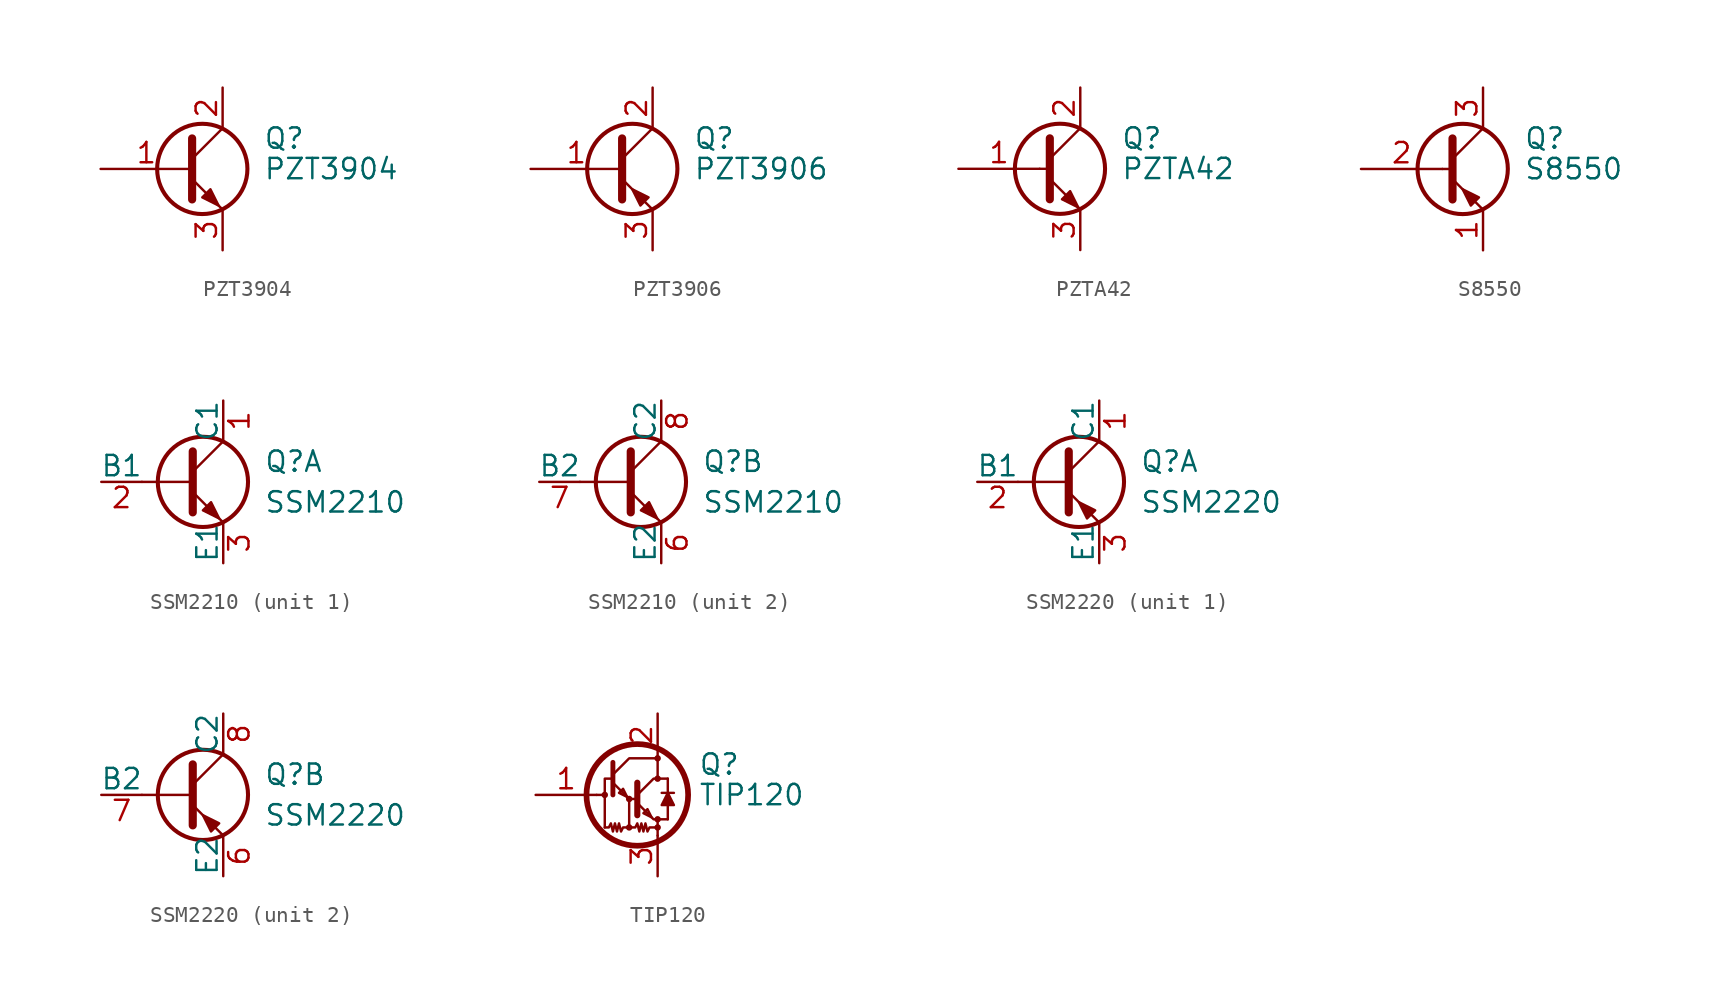
<source format=kicad_sym>
(kicad_symbol_lib
  (version 20211014)
  (generator kicad_symbol_editor)
  (symbol "PZT3904"
    (pin_names
      (offset 0) hide)
    (property "Reference" "Q"
      (at 5.08 1.905 0)
      (effects (font (size 1.27 1.27)) (justify left)))
    (property "Value" "PZT3904"
      (at 5.08 0 0)
      (effects (font (size 1.27 1.27)) (justify left)))
    (symbol "PZT3904_0_1"
      (polyline (pts (xy 0.635 0.635) (xy 2.54 2.54)) (stroke (width 0) (type default) (color 0 0 0 0)) (fill (type none)))
      (polyline (pts (xy 0.635 -0.635) (xy 2.54 -2.54) (xy 2.54 -2.54)) (stroke (width 0) (type default) (color 0 0 0 0)) (fill (type none)))
      (polyline (pts (xy 0.635 1.905) (xy 0.635 -1.905) (xy 0.635 -1.905)) (stroke (width 0.508) (type default) (color 0 0 0 0)) (fill (type none)))
      (polyline (pts (xy 1.27 -1.778) (xy 1.778 -1.27) (xy 2.286 -2.286) (xy 1.27 -1.778) (xy 1.27 -1.778)) (stroke (width 0) (type default) (color 0 0 0 0)) (fill (type outline)))
      (circle (center 1.27 0) (radius 2.819) (stroke (width 0.254) (type default) (color 0 0 0 0)) (fill (type none))))
    (symbol "PZT3904_1_1"
      (pin input line (at -5.08 0 0) (length 5.715) (name "B" (effects (font (size 1.27 1.27)))) (number "1" (effects (font (size 1.27 1.27)))))
      (pin passive line (at 2.54 5.08 270) (length 2.54) (name "C" (effects (font (size 1.27 1.27)))) (number "2" (effects (font (size 1.27 1.27)))))
      (pin passive line (at 2.54 -5.08 90) (length 2.54) (name "E" (effects (font (size 1.27 1.27)))) (number "3" (effects (font (size 1.27 1.27)))))
      (pin passive line (at 2.54 5.08 270) (length 2.54) hide (name "C" (effects (font (size 1.27 1.27)))) (number "4" (effects (font (size 1.27 1.27)))))))
  (symbol "PZT3906"
    (pin_names
      (offset 0) hide)
    (property "Reference" "Q"
      (at 5.08 1.905 0)
      (effects (font (size 1.27 1.27)) (justify left)))
    (property "Value" "PZT3906"
      (at 5.08 0 0)
      (effects (font (size 1.27 1.27)) (justify left)))
    (symbol "PZT3906_0_1"
      (polyline (pts (xy 0.635 0.635) (xy 2.54 2.54)) (stroke (width 0) (type default) (color 0 0 0 0)) (fill (type none)))
      (polyline (pts (xy 0.635 -0.635) (xy 2.54 -2.54) (xy 2.54 -2.54)) (stroke (width 0) (type default) (color 0 0 0 0)) (fill (type none)))
      (polyline (pts (xy 0.635 1.905) (xy 0.635 -1.905) (xy 0.635 -1.905)) (stroke (width 0.508) (type default) (color 0 0 0 0)) (fill (type none)))
      (polyline (pts (xy 2.286 -1.778) (xy 1.778 -2.286) (xy 1.27 -1.27) (xy 2.286 -1.778) (xy 2.286 -1.778)) (stroke (width 0) (type default) (color 0 0 0 0)) (fill (type outline)))
      (circle (center 1.27 0) (radius 2.819) (stroke (width 0.254) (type default) (color 0 0 0 0)) (fill (type none))))
    (symbol "PZT3906_1_1"
      (pin input line (at -5.08 0 0) (length 5.715) (name "B" (effects (font (size 1.27 1.27)))) (number "1" (effects (font (size 1.27 1.27)))))
      (pin passive line (at 2.54 5.08 270) (length 2.54) (name "C" (effects (font (size 1.27 1.27)))) (number "2" (effects (font (size 1.27 1.27)))))
      (pin passive line (at 2.54 -5.08 90) (length 2.54) (name "E" (effects (font (size 1.27 1.27)))) (number "3" (effects (font (size 1.27 1.27)))))
      (pin passive line (at 2.54 5.08 270) (length 2.54) hide (name "C" (effects (font (size 1.27 1.27)))) (number "4" (effects (font (size 1.27 1.27)))))))
  (symbol "PZTA42"
    (pin_names
      (offset 0) hide)
    (property "Reference" "Q"
      (at 5.08 1.905 0)
      (effects (font (size 1.27 1.27)) (justify left)))
    (property "Value" "PZTA42"
      (at 5.08 0 0)
      (effects (font (size 1.27 1.27)) (justify left)))
    (symbol "PZTA42_0_1"
      (polyline (pts (xy 0 0) (xy 0.635 0)) (stroke (width 0) (type default) (color 0 0 0 0)) (fill (type none)))
      (polyline (pts (xy 2.54 -2.54) (xy 0.635 -0.635)) (stroke (width 0) (type default) (color 0 0 0 0)) (fill (type none)))
      (polyline (pts (xy 2.54 2.54) (xy 0.635 0.635)) (stroke (width 0) (type default) (color 0 0 0 0)) (fill (type none)))
      (polyline (pts (xy 0.635 1.905) (xy 0.635 -1.905) (xy 0.635 -1.905)) (stroke (width 0.508) (type default) (color 0 0 0 0)) (fill (type none)))
      (polyline (pts (xy 2.286 -2.286) (xy 1.778 -1.778) (xy 1.778 -1.778)) (stroke (width 0) (type default) (color 0 0 0 0)) (fill (type none)))
      (polyline (pts (xy 1.397 -1.905) (xy 1.905 -1.397) (xy 2.413 -2.413) (xy 1.397 -1.905) (xy 1.397 -1.905)) (stroke (width 0) (type default) (color 0 0 0 0)) (fill (type outline)))
      (circle (center 1.27 0) (radius 2.819) (stroke (width 0.254) (type default) (color 0 0 0 0)) (fill (type none))))
    (symbol "PZTA42_1_1"
      (pin input line (at -5.08 0 0) (length 5.08) (name "B" (effects (font (size 1.27 1.27)))) (number "1" (effects (font (size 1.27 1.27)))))
      (pin passive line (at 2.54 5.08 270) (length 2.54) (name "C" (effects (font (size 1.27 1.27)))) (number "2" (effects (font (size 1.27 1.27)))))
      (pin passive line (at 2.54 -5.08 90) (length 2.54) (name "E" (effects (font (size 1.27 1.27)))) (number "3" (effects (font (size 1.27 1.27)))))))
  (symbol "S8550"
    (pin_names
      (offset 0) hide)
    (property "Reference" "Q"
      (at 5.08 1.905 0)
      (effects (font (size 1.27 1.27)) (justify left)))
    (property "Value" "S8550"
      (at 5.08 0 0)
      (effects (font (size 1.27 1.27)) (justify left)))
    (symbol "S8550_0_1"
      (polyline (pts (xy 0 0) (xy 0.635 0)) (stroke (width 0) (type default) (color 0 0 0 0)) (fill (type none)))
      (polyline (pts (xy 2.54 -2.54) (xy 0.635 -0.635)) (stroke (width 0) (type default) (color 0 0 0 0)) (fill (type none)))
      (polyline (pts (xy 2.54 2.54) (xy 0.635 0.635)) (stroke (width 0) (type default) (color 0 0 0 0)) (fill (type none)))
      (polyline (pts (xy 0.635 1.905) (xy 0.635 -1.905) (xy 0.635 -1.905)) (stroke (width 0.508) (type default) (color 0 0 0 0)) (fill (type outline)))
      (polyline (pts (xy 1.778 -2.286) (xy 2.286 -1.778) (xy 1.27 -1.27) (xy 1.778 -2.286) (xy 1.778 -2.286)) (stroke (width 0) (type default) (color 0 0 0 0)) (fill (type outline)))
      (circle (center 1.27 0) (radius 2.819) (stroke (width 0.254) (type default) (color 0 0 0 0)) (fill (type none))))
    (symbol "S8550_1_1"
      (pin passive line (at 2.54 -5.08 90) (length 2.54) (name "E" (effects (font (size 1.27 1.27)))) (number "1" (effects (font (size 1.27 1.27)))))
      (pin input line (at -5.08 0 0) (length 5.08) (name "B" (effects (font (size 1.27 1.27)))) (number "2" (effects (font (size 1.27 1.27)))))
      (pin passive line (at 2.54 5.08 270) (length 2.54) (name "C" (effects (font (size 1.27 1.27)))) (number "3" (effects (font (size 1.27 1.27)))))))
  (symbol "SSM2210"
    (pin_names
      (offset 0))
    (property "Reference" "Q"
      (at 5.08 1.27 0)
      (effects (font (size 1.27 1.27)) (justify left)))
    (property "Value" "SSM2210"
      (at 5.08 -1.27 0)
      (effects (font (size 1.27 1.27)) (justify left)))
    (symbol "SSM2210_0_1"
      (polyline (pts (xy 0.635 0) (xy -2.54 0)) (stroke (width 0) (type default) (color 0 0 0 0)) (fill (type none)))
      (polyline (pts (xy 0.635 0.635) (xy 2.54 2.54)) (stroke (width 0) (type default) (color 0 0 0 0)) (fill (type none)))
      (polyline (pts (xy 0.635 -0.635) (xy 2.54 -2.54) (xy 2.54 -2.54)) (stroke (width 0) (type default) (color 0 0 0 0)) (fill (type none)))
      (polyline (pts (xy 0.635 1.905) (xy 0.635 -1.905) (xy 0.635 -1.905)) (stroke (width 0.508) (type default) (color 0 0 0 0)) (fill (type none)))
      (polyline (pts (xy 1.27 -1.778) (xy 1.778 -1.27) (xy 2.286 -2.286) (xy 1.27 -1.778) (xy 1.27 -1.778)) (stroke (width 0) (type default) (color 0 0 0 0)) (fill (type outline)))
      (circle (center 1.27 0) (radius 2.819) (stroke (width 0.254) (type default) (color 0 0 0 0)) (fill (type none))))
    (symbol "SSM2210_1_1"
      (pin passive line (at 2.54 5.08 270) (length 2.54) (name "C1" (effects (font (size 1.27 1.27)))) (number "1" (effects (font (size 1.27 1.27)))))
      (pin input line (at -5.08 0 0) (length 2.54) (name "B1" (effects (font (size 1.27 1.27)))) (number "2" (effects (font (size 1.27 1.27)))))
      (pin passive line (at 2.54 -5.08 90) (length 2.54) (name "E1" (effects (font (size 1.27 1.27)))) (number "3" (effects (font (size 1.27 1.27))))))
    (symbol "SSM2210_2_1"
      (pin passive line (at 2.54 -5.08 90) (length 2.54) (name "E2" (effects (font (size 1.27 1.27)))) (number "6" (effects (font (size 1.27 1.27)))))
      (pin input line (at -5.08 0 0) (length 2.54) (name "B2" (effects (font (size 1.27 1.27)))) (number "7" (effects (font (size 1.27 1.27)))))
      (pin passive line (at 2.54 5.08 270) (length 2.54) (name "C2" (effects (font (size 1.27 1.27)))) (number "8" (effects (font (size 1.27 1.27)))))))
  (symbol "SSM2220"
    (pin_names
      (offset 0))
    (property "Reference" "Q"
      (at 5.08 1.27 0)
      (effects (font (size 1.27 1.27)) (justify left)))
    (property "Value" "SSM2220"
      (at 5.08 -1.27 0)
      (effects (font (size 1.27 1.27)) (justify left)))
    (symbol "SSM2220_0_1"
      (polyline (pts (xy 0.635 0) (xy -2.54 0)) (stroke (width 0) (type default) (color 0 0 0 0)) (fill (type none)))
      (polyline (pts (xy 0.635 0.635) (xy 2.54 2.54)) (stroke (width 0) (type default) (color 0 0 0 0)) (fill (type none)))
      (polyline (pts (xy 0.635 -0.635) (xy 2.54 -2.54) (xy 2.54 -2.54)) (stroke (width 0) (type default) (color 0 0 0 0)) (fill (type none)))
      (polyline (pts (xy 0.635 1.905) (xy 0.635 -1.905) (xy 0.635 -1.905)) (stroke (width 0.508) (type default) (color 0 0 0 0)) (fill (type none)))
      (polyline (pts (xy 2.286 -1.778) (xy 1.778 -2.286) (xy 1.27 -1.27) (xy 2.286 -1.778) (xy 2.286 -1.778)) (stroke (width 0) (type default) (color 0 0 0 0)) (fill (type outline)))
      (circle (center 1.27 0) (radius 2.819) (stroke (width 0.254) (type default) (color 0 0 0 0)) (fill (type none))))
    (symbol "SSM2220_1_1"
      (pin passive line (at 2.54 5.08 270) (length 2.54) (name "C1" (effects (font (size 1.27 1.27)))) (number "1" (effects (font (size 1.27 1.27)))))
      (pin input line (at -5.08 0 0) (length 2.54) (name "B1" (effects (font (size 1.27 1.27)))) (number "2" (effects (font (size 1.27 1.27)))))
      (pin passive line (at 2.54 -5.08 90) (length 2.54) (name "E1" (effects (font (size 1.27 1.27)))) (number "3" (effects (font (size 1.27 1.27))))))
    (symbol "SSM2220_2_1"
      (pin passive line (at 2.54 -5.08 90) (length 2.54) (name "E2" (effects (font (size 1.27 1.27)))) (number "6" (effects (font (size 1.27 1.27)))))
      (pin input line (at -5.08 0 0) (length 2.54) (name "B2" (effects (font (size 1.27 1.27)))) (number "7" (effects (font (size 1.27 1.27)))))
      (pin passive line (at 2.54 5.08 270) (length 2.54) (name "C2" (effects (font (size 1.27 1.27)))) (number "8" (effects (font (size 1.27 1.27)))))))
  (symbol "TIP120"
    (pin_names
      (offset 0) hide)
    (property "Reference" "Q"
      (at 5.08 1.905 0)
      (effects (font (size 1.27 1.27)) (justify left)))
    (property "Value" "TIP120"
      (at 5.08 0 0)
      (effects (font (size 1.27 1.27)) (justify left)))
    (symbol "TIP120_0_1"
      (circle (center -0.762 0) (radius 0.127) (stroke (width 0) (type default) (color 0 0 0 0)) (fill (type none)))
      (polyline (pts (xy -1.27 0) (xy -0.889 0)) (stroke (width 0) (type default) (color 0 0 0 0)) (fill (type none)))
      (polyline (pts (xy 2.54 -2.032) (xy 2.54 -2.54)) (stroke (width 0) (type default) (color 0 0 0 0)) (fill (type none)))
      (polyline (pts (xy 2.54 -1.524) (xy 3.175 -1.524)) (stroke (width 0) (type default) (color 0 0 0 0)) (fill (type none)))
      (polyline (pts (xy 2.794 0.127) (xy 3.556 0.127)) (stroke (width 0) (type default) (color 0 0 0 0)) (fill (type none)))
      (polyline (pts (xy 3.175 -0.635) (xy 3.175 -1.524)) (stroke (width 0) (type default) (color 0 0 0 0)) (fill (type none)))
      (polyline (pts (xy 3.175 1.016) (xy 2.54 1.016)) (stroke (width 0) (type default) (color 0 0 0 0)) (fill (type none)))
      (polyline (pts (xy 3.175 1.016) (xy 3.175 0.127)) (stroke (width 0) (type default) (color 0 0 0 0)) (fill (type none)))
      (polyline (pts (xy -0.254 0.762) (xy 0.762 -0.254) (xy 1.27 -0.254)) (stroke (width 0) (type default) (color 0 0 0 0)) (fill (type none)))
      (polyline (pts (xy -0.254 1.016) (xy -0.762 1.016) (xy -0.762 -2.032)) (stroke (width 0) (type default) (color 0 0 0 0)) (fill (type none)))
      (polyline (pts (xy -0.254 1.27) (xy 0.762 2.286) (xy 2.54 2.286)) (stroke (width 0) (type default) (color 0 0 0 0)) (fill (type none)))
      (polyline (pts (xy -0.254 2.032) (xy -0.254 0) (xy -0.254 0)) (stroke (width 0.305) (type default) (color 0 0 0 0)) (fill (type none)))
      (polyline (pts (xy 1.27 0.762) (xy 1.27 -1.27) (xy 1.27 -1.27)) (stroke (width 0.381) (type default) (color 0 0 0 0)) (fill (type none)))
      (polyline (pts (xy 0.635 -0.127) (xy 0.381 0.381) (xy 0.127 0.127) (xy 0.635 -0.127)) (stroke (width 0) (type default) (color 0 0 0 0)) (fill (type none)))
      (polyline (pts (xy 1.27 -0.508) (xy 2.286 -1.524) (xy 2.54 -1.524) (xy 2.54 -2.032)) (stroke (width 0) (type default) (color 0 0 0 0)) (fill (type none)))
      (polyline (pts (xy 1.27 0) (xy 2.286 1.016) (xy 2.54 1.016) (xy 2.54 2.286)) (stroke (width 0) (type default) (color 0 0 0 0)) (fill (type none)))
      (polyline (pts (xy 2.159 -1.397) (xy 1.905 -0.889) (xy 1.651 -1.143) (xy 2.159 -1.397)) (stroke (width 0) (type default) (color 0 0 0 0)) (fill (type none)))
      (polyline (pts (xy 3.175 0.127) (xy 2.794 -0.635) (xy 3.556 -0.635) (xy 3.175 0.127)) (stroke (width 0) (type default) (color 0 0 0 0)) (fill (type outline)))
      (polyline (pts (xy 0.762 -2.032) (xy 0.381 -2.032) (xy 0.254 -2.286) (xy 0.127 -1.778) (xy 0 -2.286) (xy -0.127 -1.778) (xy -0.254 -2.286) (xy -0.381 -1.778) (xy -0.508 -2.032) (xy -0.762 -2.032)) (stroke (width 0) (type default) (color 0 0 0 0)) (fill (type none)))
      (polyline (pts (xy 0.762 -0.254) (xy 0.762 -2.032) (xy 1.143 -2.032) (xy 1.27 -1.778) (xy 1.397 -2.286) (xy 1.524 -1.778) (xy 1.651 -2.286) (xy 1.778 -1.778) (xy 1.905 -2.286) (xy 2.032 -2.032) (xy 2.54 -2.032)) (stroke (width 0) (type default) (color 0 0 0 0)) (fill (type none)))
      (circle (center 0.762 -2.032) (radius 0.127) (stroke (width 0) (type default) (color 0 0 0 0)) (fill (type none)))
      (circle (center 0.762 -0.254) (radius 0.127) (stroke (width 0) (type default) (color 0 0 0 0)) (fill (type none)))
      (circle (center 1.27 0) (radius 3.175) (stroke (width 0.356) (type default) (color 0 0 0 0)) (fill (type none)))
      (circle (center 2.54 -2.032) (radius 0.127) (stroke (width 0) (type default) (color 0 0 0 0)) (fill (type none)))
      (circle (center 2.54 -1.524) (radius 0.127) (stroke (width 0) (type default) (color 0 0 0 0)) (fill (type none)))
      (circle (center 2.54 1.016) (radius 0.127) (stroke (width 0) (type default) (color 0 0 0 0)) (fill (type none)))
      (circle (center 2.54 2.286) (radius 0.127) (stroke (width 0) (type default) (color 0 0 0 0)) (fill (type none))))
    (symbol "TIP120_1_1"
      (pin input line (at -5.08 0 0) (length 3.81) (name "B" (effects (font (size 1.27 1.27)))) (number "1" (effects (font (size 1.27 1.27)))))
      (pin passive line (at 2.54 5.08 270) (length 2.667) (name "C" (effects (font (size 1.27 1.27)))) (number "2" (effects (font (size 1.27 1.27)))))
      (pin passive line (at 2.54 -5.08 90) (length 2.54) (name "E" (effects (font (size 1.27 1.27)))) (number "3" (effects (font (size 1.27 1.27))))))))
</source>
